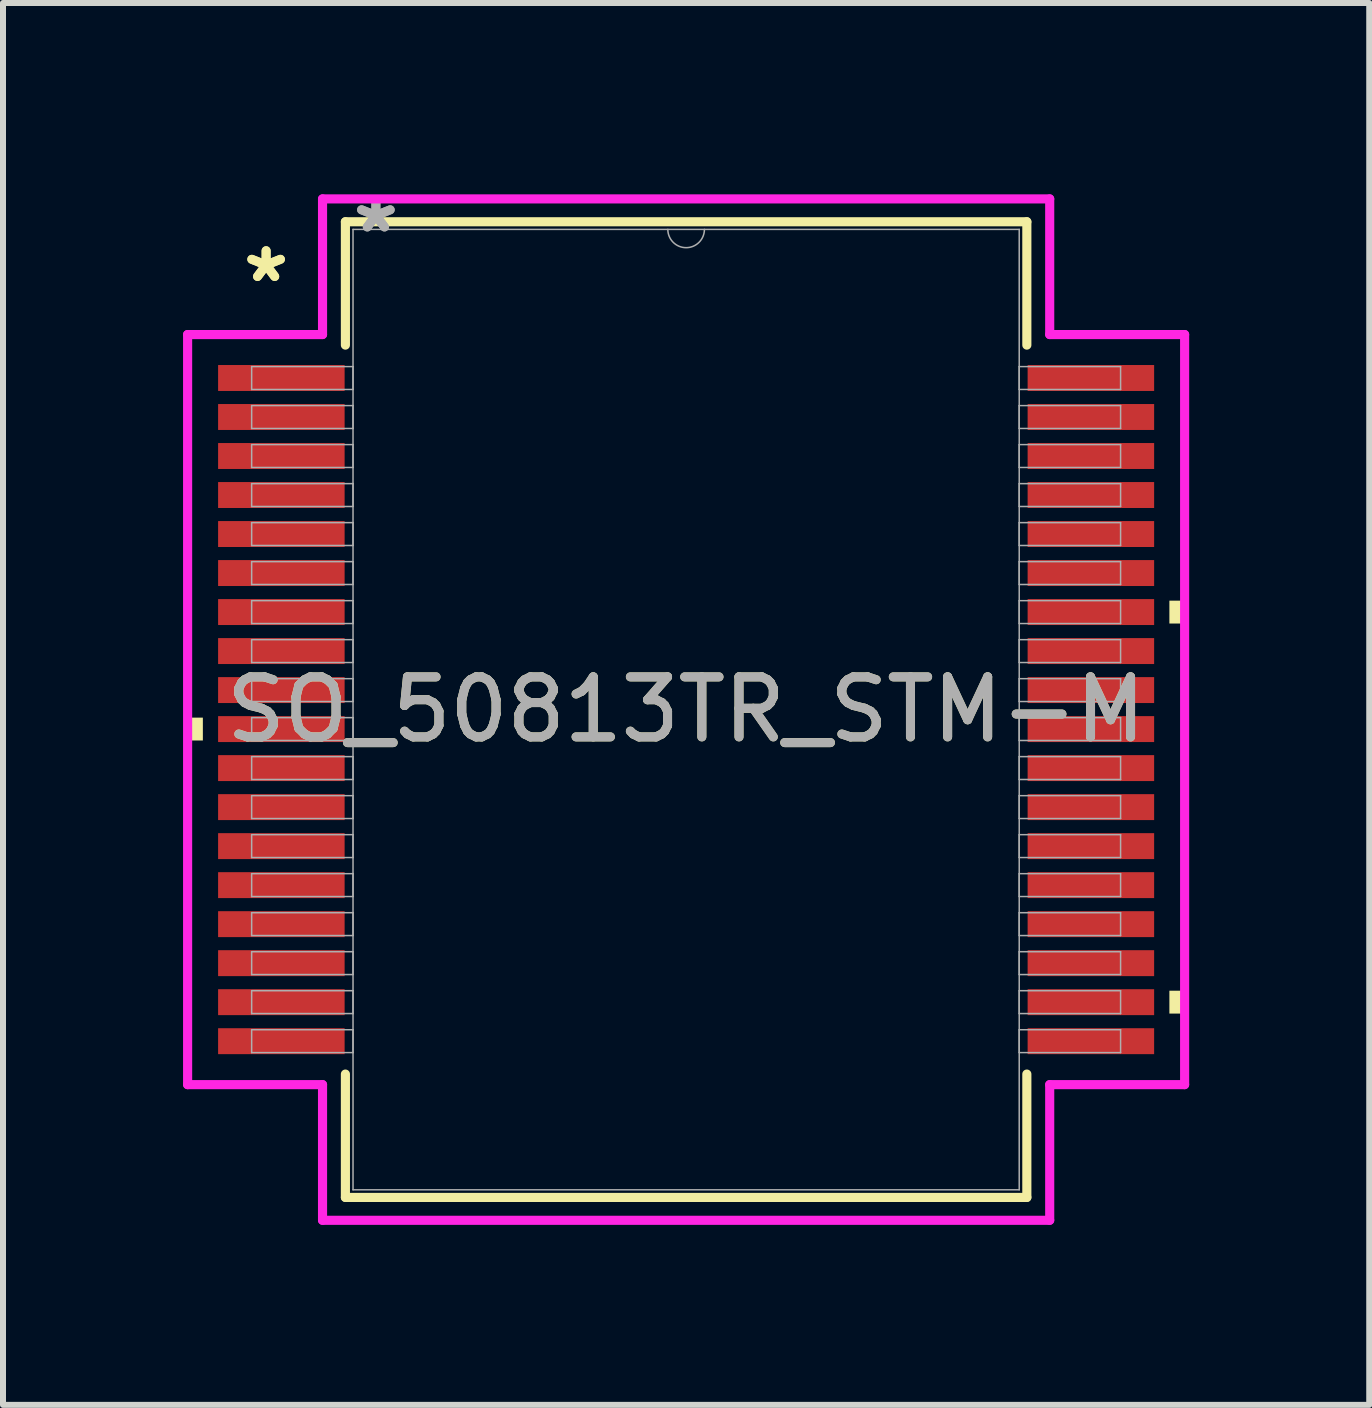
<source format=kicad_pcb>
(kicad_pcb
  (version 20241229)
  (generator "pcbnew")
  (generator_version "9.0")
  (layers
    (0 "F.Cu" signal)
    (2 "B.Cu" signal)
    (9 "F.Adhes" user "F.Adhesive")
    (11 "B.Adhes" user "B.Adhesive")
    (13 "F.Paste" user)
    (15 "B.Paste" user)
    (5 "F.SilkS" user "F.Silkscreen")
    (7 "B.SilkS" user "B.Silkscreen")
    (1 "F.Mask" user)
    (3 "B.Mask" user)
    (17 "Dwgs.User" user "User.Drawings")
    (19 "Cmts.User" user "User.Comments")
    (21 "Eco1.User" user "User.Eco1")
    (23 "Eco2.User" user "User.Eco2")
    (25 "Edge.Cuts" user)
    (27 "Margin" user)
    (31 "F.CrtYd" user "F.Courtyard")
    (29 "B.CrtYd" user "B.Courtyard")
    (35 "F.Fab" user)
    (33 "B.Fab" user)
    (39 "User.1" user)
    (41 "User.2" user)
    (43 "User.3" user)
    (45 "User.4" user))
  (footprint "SO_50813TR_STM-M"
    (layer "F.Cu")
    (at 8.382 8.773)
    (property "Reference" "SO_50813TR_STM-M" (at 0 0 0) (unlocked yes) (layer "F.SilkS") (effects (font (size 1 1) (thickness 0.15))))
    (attr smd)
    (fp_line (start -5.677 -8.128) (end -5.677 -6.073) (stroke (width 0.152) (type solid)) (layer "F.SilkS"))
    (fp_line (start -5.677 6.073) (end -5.677 8.128) (stroke (width 0.152) (type solid)) (layer "F.SilkS"))
    (fp_line (start -5.677 8.128) (end 5.677 8.128) (stroke (width 0.152) (type solid)) (layer "F.SilkS"))
    (fp_line (start 5.677 -8.128) (end -5.677 -8.128) (stroke (width 0.152) (type solid)) (layer "F.SilkS"))
    (fp_line (start 5.677 -6.073) (end 5.677 -8.128) (stroke (width 0.152) (type solid)) (layer "F.SilkS"))
    (fp_line (start 5.677 8.128) (end 5.677 6.073) (stroke (width 0.152) (type solid)) (layer "F.SilkS"))
    (fp_poly (pts (xy -8.306 0.134) (xy -8.306 0.515) (xy -8.052 0.515) (xy -8.052 0.134)) (stroke (width 0) (type solid)) (fill yes) (layer "F.SilkS"))
    (fp_poly (pts (xy 8.306 -1.815) (xy 8.306 -1.434) (xy 8.052 -1.434) (xy 8.052 -1.815)) (stroke (width 0) (type solid)) (fill yes) (layer "F.SilkS"))
    (fp_poly (pts (xy 8.306 4.684) (xy 8.306 5.065) (xy 8.052 5.065) (xy 8.052 4.684)) (stroke (width 0) (type solid)) (fill yes) (layer "F.SilkS"))
    (fp_line (start -8.306 -6.249) (end -6.058 -6.249) (stroke (width 0.152) (type solid)) (layer "F.CrtYd"))
    (fp_line (start -8.306 6.249) (end -8.306 -6.249) (stroke (width 0.152) (type solid)) (layer "F.CrtYd"))
    (fp_line (start -8.306 6.249) (end -6.058 6.249) (stroke (width 0.152) (type solid)) (layer "F.CrtYd"))
    (fp_line (start -6.058 -8.509) (end 6.058 -8.509) (stroke (width 0.152) (type solid)) (layer "F.CrtYd"))
    (fp_line (start -6.058 -6.249) (end -6.058 -8.509) (stroke (width 0.152) (type solid)) (layer "F.CrtYd"))
    (fp_line (start -6.058 8.509) (end -6.058 6.249) (stroke (width 0.152) (type solid)) (layer "F.CrtYd"))
    (fp_line (start 6.058 -8.509) (end 6.058 -6.249) (stroke (width 0.152) (type solid)) (layer "F.CrtYd"))
    (fp_line (start 6.058 6.249) (end 6.058 8.509) (stroke (width 0.152) (type solid)) (layer "F.CrtYd"))
    (fp_line (start 6.058 8.509) (end -6.058 8.509) (stroke (width 0.152) (type solid)) (layer "F.CrtYd"))
    (fp_line (start 8.306 -6.249) (end 6.058 -6.249) (stroke (width 0.152) (type solid)) (layer "F.CrtYd"))
    (fp_line (start 8.306 -6.249) (end 8.306 6.249) (stroke (width 0.152) (type solid)) (layer "F.CrtYd"))
    (fp_line (start 8.306 6.249) (end 6.058 6.249) (stroke (width 0.152) (type solid)) (layer "F.CrtYd"))
    (fp_line (start -7.239 -5.715) (end -7.239 -5.334) (stroke (width 0.025) (type solid)) (layer "F.Fab"))
    (fp_line (start -7.239 -5.334) (end -5.55 -5.334) (stroke (width 0.025) (type solid)) (layer "F.Fab"))
    (fp_line (start -7.239 -5.065) (end -7.239 -4.684) (stroke (width 0.025) (type solid)) (layer "F.Fab"))
    (fp_line (start -7.239 -4.684) (end -5.55 -4.684) (stroke (width 0.025) (type solid)) (layer "F.Fab"))
    (fp_line (start -7.239 -4.415) (end -7.239 -4.034) (stroke (width 0.025) (type solid)) (layer "F.Fab"))
    (fp_line (start -7.239 -4.034) (end -5.55 -4.034) (stroke (width 0.025) (type solid)) (layer "F.Fab"))
    (fp_line (start -7.239 -3.765) (end -7.239 -3.384) (stroke (width 0.025) (type solid)) (layer "F.Fab"))
    (fp_line (start -7.239 -3.384) (end -5.55 -3.384) (stroke (width 0.025) (type solid)) (layer "F.Fab"))
    (fp_line (start -7.239 -3.115) (end -7.239 -2.734) (stroke (width 0.025) (type solid)) (layer "F.Fab"))
    (fp_line (start -7.239 -2.734) (end -5.55 -2.734) (stroke (width 0.025) (type solid)) (layer "F.Fab"))
    (fp_line (start -7.239 -2.465) (end -7.239 -2.084) (stroke (width 0.025) (type solid)) (layer "F.Fab"))
    (fp_line (start -7.239 -2.084) (end -5.55 -2.084) (stroke (width 0.025) (type solid)) (layer "F.Fab"))
    (fp_line (start -7.239 -1.815) (end -7.239 -1.434) (stroke (width 0.025) (type solid)) (layer "F.Fab"))
    (fp_line (start -7.239 -1.434) (end -5.55 -1.434) (stroke (width 0.025) (type solid)) (layer "F.Fab"))
    (fp_line (start -7.239 -1.165) (end -7.239 -0.784) (stroke (width 0.025) (type solid)) (layer "F.Fab"))
    (fp_line (start -7.239 -0.784) (end -5.55 -0.784) (stroke (width 0.025) (type solid)) (layer "F.Fab"))
    (fp_line (start -7.239 -0.515) (end -7.239 -0.134) (stroke (width 0.025) (type solid)) (layer "F.Fab"))
    (fp_line (start -7.239 -0.134) (end -5.55 -0.134) (stroke (width 0.025) (type solid)) (layer "F.Fab"))
    (fp_line (start -7.239 0.134) (end -7.239 0.515) (stroke (width 0.025) (type solid)) (layer "F.Fab"))
    (fp_line (start -7.239 0.515) (end -5.55 0.515) (stroke (width 0.025) (type solid)) (layer "F.Fab"))
    (fp_line (start -7.239 0.784) (end -7.239 1.165) (stroke (width 0.025) (type solid)) (layer "F.Fab"))
    (fp_line (start -7.239 1.165) (end -5.55 1.165) (stroke (width 0.025) (type solid)) (layer "F.Fab"))
    (fp_line (start -7.239 1.434) (end -7.239 1.815) (stroke (width 0.025) (type solid)) (layer "F.Fab"))
    (fp_line (start -7.239 1.815) (end -5.55 1.815) (stroke (width 0.025) (type solid)) (layer "F.Fab"))
    (fp_line (start -7.239 2.084) (end -7.239 2.465) (stroke (width 0.025) (type solid)) (layer "F.Fab"))
    (fp_line (start -7.239 2.465) (end -5.55 2.465) (stroke (width 0.025) (type solid)) (layer "F.Fab"))
    (fp_line (start -7.239 2.734) (end -7.239 3.115) (stroke (width 0.025) (type solid)) (layer "F.Fab"))
    (fp_line (start -7.239 3.115) (end -5.55 3.115) (stroke (width 0.025) (type solid)) (layer "F.Fab"))
    (fp_line (start -7.239 3.384) (end -7.239 3.765) (stroke (width 0.025) (type solid)) (layer "F.Fab"))
    (fp_line (start -7.239 3.765) (end -5.55 3.765) (stroke (width 0.025) (type solid)) (layer "F.Fab"))
    (fp_line (start -7.239 4.034) (end -7.239 4.415) (stroke (width 0.025) (type solid)) (layer "F.Fab"))
    (fp_line (start -7.239 4.415) (end -5.55 4.415) (stroke (width 0.025) (type solid)) (layer "F.Fab"))
    (fp_line (start -7.239 4.684) (end -7.239 5.065) (stroke (width 0.025) (type solid)) (layer "F.Fab"))
    (fp_line (start -7.239 5.065) (end -5.55 5.065) (stroke (width 0.025) (type solid)) (layer "F.Fab"))
    (fp_line (start -7.239 5.334) (end -7.239 5.715) (stroke (width 0.025) (type solid)) (layer "F.Fab"))
    (fp_line (start -7.239 5.715) (end -5.55 5.715) (stroke (width 0.025) (type solid)) (layer "F.Fab"))
    (fp_line (start -5.55 -8.001) (end -5.55 8.001) (stroke (width 0.025) (type solid)) (layer "F.Fab"))
    (fp_line (start -5.55 -5.715) (end -7.239 -5.715) (stroke (width 0.025) (type solid)) (layer "F.Fab"))
    (fp_line (start -5.55 -5.334) (end -5.55 -5.715) (stroke (width 0.025) (type solid)) (layer "F.Fab"))
    (fp_line (start -5.55 -5.065) (end -7.239 -5.065) (stroke (width 0.025) (type solid)) (layer "F.Fab"))
    (fp_line (start -5.55 -4.684) (end -5.55 -5.065) (stroke (width 0.025) (type solid)) (layer "F.Fab"))
    (fp_line (start -5.55 -4.415) (end -7.239 -4.415) (stroke (width 0.025) (type solid)) (layer "F.Fab"))
    (fp_line (start -5.55 -4.034) (end -5.55 -4.415) (stroke (width 0.025) (type solid)) (layer "F.Fab"))
    (fp_line (start -5.55 -3.765) (end -7.239 -3.765) (stroke (width 0.025) (type solid)) (layer "F.Fab"))
    (fp_line (start -5.55 -3.384) (end -5.55 -3.765) (stroke (width 0.025) (type solid)) (layer "F.Fab"))
    (fp_line (start -5.55 -3.115) (end -7.239 -3.115) (stroke (width 0.025) (type solid)) (layer "F.Fab"))
    (fp_line (start -5.55 -2.734) (end -5.55 -3.115) (stroke (width 0.025) (type solid)) (layer "F.Fab"))
    (fp_line (start -5.55 -2.465) (end -7.239 -2.465) (stroke (width 0.025) (type solid)) (layer "F.Fab"))
    (fp_line (start -5.55 -2.084) (end -5.55 -2.465) (stroke (width 0.025) (type solid)) (layer "F.Fab"))
    (fp_line (start -5.55 -1.815) (end -7.239 -1.815) (stroke (width 0.025) (type solid)) (layer "F.Fab"))
    (fp_line (start -5.55 -1.434) (end -5.55 -1.815) (stroke (width 0.025) (type solid)) (layer "F.Fab"))
    (fp_line (start -5.55 -1.165) (end -7.239 -1.165) (stroke (width 0.025) (type solid)) (layer "F.Fab"))
    (fp_line (start -5.55 -0.784) (end -5.55 -1.165) (stroke (width 0.025) (type solid)) (layer "F.Fab"))
    (fp_line (start -5.55 -0.515) (end -7.239 -0.515) (stroke (width 0.025) (type solid)) (layer "F.Fab"))
    (fp_line (start -5.55 -0.134) (end -5.55 -0.515) (stroke (width 0.025) (type solid)) (layer "F.Fab"))
    (fp_line (start -5.55 0.134) (end -7.239 0.134) (stroke (width 0.025) (type solid)) (layer "F.Fab"))
    (fp_line (start -5.55 0.515) (end -5.55 0.134) (stroke (width 0.025) (type solid)) (layer "F.Fab"))
    (fp_line (start -5.55 0.784) (end -7.239 0.784) (stroke (width 0.025) (type solid)) (layer "F.Fab"))
    (fp_line (start -5.55 1.165) (end -5.55 0.784) (stroke (width 0.025) (type solid)) (layer "F.Fab"))
    (fp_line (start -5.55 1.434) (end -7.239 1.434) (stroke (width 0.025) (type solid)) (layer "F.Fab"))
    (fp_line (start -5.55 1.815) (end -5.55 1.434) (stroke (width 0.025) (type solid)) (layer "F.Fab"))
    (fp_line (start -5.55 2.084) (end -7.239 2.084) (stroke (width 0.025) (type solid)) (layer "F.Fab"))
    (fp_line (start -5.55 2.465) (end -5.55 2.084) (stroke (width 0.025) (type solid)) (layer "F.Fab"))
    (fp_line (start -5.55 2.734) (end -7.239 2.734) (stroke (width 0.025) (type solid)) (layer "F.Fab"))
    (fp_line (start -5.55 3.115) (end -5.55 2.734) (stroke (width 0.025) (type solid)) (layer "F.Fab"))
    (fp_line (start -5.55 3.384) (end -7.239 3.384) (stroke (width 0.025) (type solid)) (layer "F.Fab"))
    (fp_line (start -5.55 3.765) (end -5.55 3.384) (stroke (width 0.025) (type solid)) (layer "F.Fab"))
    (fp_line (start -5.55 4.034) (end -7.239 4.034) (stroke (width 0.025) (type solid)) (layer "F.Fab"))
    (fp_line (start -5.55 4.415) (end -5.55 4.034) (stroke (width 0.025) (type solid)) (layer "F.Fab"))
    (fp_line (start -5.55 4.684) (end -7.239 4.684) (stroke (width 0.025) (type solid)) (layer "F.Fab"))
    (fp_line (start -5.55 5.065) (end -5.55 4.684) (stroke (width 0.025) (type solid)) (layer "F.Fab"))
    (fp_line (start -5.55 5.334) (end -7.239 5.334) (stroke (width 0.025) (type solid)) (layer "F.Fab"))
    (fp_line (start -5.55 5.715) (end -5.55 5.334) (stroke (width 0.025) (type solid)) (layer "F.Fab"))
    (fp_line (start -5.55 8.001) (end 5.55 8.001) (stroke (width 0.025) (type solid)) (layer "F.Fab"))
    (fp_line (start 5.55 -8.001) (end -5.55 -8.001) (stroke (width 0.025) (type solid)) (layer "F.Fab"))
    (fp_line (start 5.55 -5.715) (end 5.55 -5.334) (stroke (width 0.025) (type solid)) (layer "F.Fab"))
    (fp_line (start 5.55 -5.334) (end 7.239 -5.334) (stroke (width 0.025) (type solid)) (layer "F.Fab"))
    (fp_line (start 5.55 -5.065) (end 5.55 -4.684) (stroke (width 0.025) (type solid)) (layer "F.Fab"))
    (fp_line (start 5.55 -4.684) (end 7.239 -4.684) (stroke (width 0.025) (type solid)) (layer "F.Fab"))
    (fp_line (start 5.55 -4.415) (end 5.55 -4.034) (stroke (width 0.025) (type solid)) (layer "F.Fab"))
    (fp_line (start 5.55 -4.034) (end 7.239 -4.034) (stroke (width 0.025) (type solid)) (layer "F.Fab"))
    (fp_line (start 5.55 -3.765) (end 5.55 -3.384) (stroke (width 0.025) (type solid)) (layer "F.Fab"))
    (fp_line (start 5.55 -3.384) (end 7.239 -3.384) (stroke (width 0.025) (type solid)) (layer "F.Fab"))
    (fp_line (start 5.55 -3.115) (end 5.55 -2.734) (stroke (width 0.025) (type solid)) (layer "F.Fab"))
    (fp_line (start 5.55 -2.734) (end 7.239 -2.734) (stroke (width 0.025) (type solid)) (layer "F.Fab"))
    (fp_line (start 5.55 -2.465) (end 5.55 -2.084) (stroke (width 0.025) (type solid)) (layer "F.Fab"))
    (fp_line (start 5.55 -2.084) (end 7.239 -2.084) (stroke (width 0.025) (type solid)) (layer "F.Fab"))
    (fp_line (start 5.55 -1.815) (end 5.55 -1.434) (stroke (width 0.025) (type solid)) (layer "F.Fab"))
    (fp_line (start 5.55 -1.434) (end 7.239 -1.434) (stroke (width 0.025) (type solid)) (layer "F.Fab"))
    (fp_line (start 5.55 -1.165) (end 5.55 -0.784) (stroke (width 0.025) (type solid)) (layer "F.Fab"))
    (fp_line (start 5.55 -0.784) (end 7.239 -0.784) (stroke (width 0.025) (type solid)) (layer "F.Fab"))
    (fp_line (start 5.55 -0.515) (end 5.55 -0.134) (stroke (width 0.025) (type solid)) (layer "F.Fab"))
    (fp_line (start 5.55 -0.134) (end 7.239 -0.134) (stroke (width 0.025) (type solid)) (layer "F.Fab"))
    (fp_line (start 5.55 0.134) (end 5.55 0.515) (stroke (width 0.025) (type solid)) (layer "F.Fab"))
    (fp_line (start 5.55 0.515) (end 7.239 0.515) (stroke (width 0.025) (type solid)) (layer "F.Fab"))
    (fp_line (start 5.55 0.784) (end 5.55 1.165) (stroke (width 0.025) (type solid)) (layer "F.Fab"))
    (fp_line (start 5.55 1.165) (end 7.239 1.165) (stroke (width 0.025) (type solid)) (layer "F.Fab"))
    (fp_line (start 5.55 1.434) (end 5.55 1.815) (stroke (width 0.025) (type solid)) (layer "F.Fab"))
    (fp_line (start 5.55 1.815) (end 7.239 1.815) (stroke (width 0.025) (type solid)) (layer "F.Fab"))
    (fp_line (start 5.55 2.084) (end 5.55 2.465) (stroke (width 0.025) (type solid)) (layer "F.Fab"))
    (fp_line (start 5.55 2.465) (end 7.239 2.465) (stroke (width 0.025) (type solid)) (layer "F.Fab"))
    (fp_line (start 5.55 2.734) (end 5.55 3.115) (stroke (width 0.025) (type solid)) (layer "F.Fab"))
    (fp_line (start 5.55 3.115) (end 7.239 3.115) (stroke (width 0.025) (type solid)) (layer "F.Fab"))
    (fp_line (start 5.55 3.384) (end 5.55 3.765) (stroke (width 0.025) (type solid)) (layer "F.Fab"))
    (fp_line (start 5.55 3.765) (end 7.239 3.765) (stroke (width 0.025) (type solid)) (layer "F.Fab"))
    (fp_line (start 5.55 4.034) (end 5.55 4.415) (stroke (width 0.025) (type solid)) (layer "F.Fab"))
    (fp_line (start 5.55 4.415) (end 7.239 4.415) (stroke (width 0.025) (type solid)) (layer "F.Fab"))
    (fp_line (start 5.55 4.684) (end 5.55 5.065) (stroke (width 0.025) (type solid)) (layer "F.Fab"))
    (fp_line (start 5.55 5.065) (end 7.239 5.065) (stroke (width 0.025) (type solid)) (layer "F.Fab"))
    (fp_line (start 5.55 5.334) (end 5.55 5.715) (stroke (width 0.025) (type solid)) (layer "F.Fab"))
    (fp_line (start 5.55 5.715) (end 7.239 5.715) (stroke (width 0.025) (type solid)) (layer "F.Fab"))
    (fp_line (start 5.55 8.001) (end 5.55 -8.001) (stroke (width 0.025) (type solid)) (layer "F.Fab"))
    (fp_line (start 7.239 -5.715) (end 5.55 -5.715) (stroke (width 0.025) (type solid)) (layer "F.Fab"))
    (fp_line (start 7.239 -5.334) (end 7.239 -5.715) (stroke (width 0.025) (type solid)) (layer "F.Fab"))
    (fp_line (start 7.239 -5.065) (end 5.55 -5.065) (stroke (width 0.025) (type solid)) (layer "F.Fab"))
    (fp_line (start 7.239 -4.684) (end 7.239 -5.065) (stroke (width 0.025) (type solid)) (layer "F.Fab"))
    (fp_line (start 7.239 -4.415) (end 5.55 -4.415) (stroke (width 0.025) (type solid)) (layer "F.Fab"))
    (fp_line (start 7.239 -4.034) (end 7.239 -4.415) (stroke (width 0.025) (type solid)) (layer "F.Fab"))
    (fp_line (start 7.239 -3.765) (end 5.55 -3.765) (stroke (width 0.025) (type solid)) (layer "F.Fab"))
    (fp_line (start 7.239 -3.384) (end 7.239 -3.765) (stroke (width 0.025) (type solid)) (layer "F.Fab"))
    (fp_line (start 7.239 -3.115) (end 5.55 -3.115) (stroke (width 0.025) (type solid)) (layer "F.Fab"))
    (fp_line (start 7.239 -2.734) (end 7.239 -3.115) (stroke (width 0.025) (type solid)) (layer "F.Fab"))
    (fp_line (start 7.239 -2.465) (end 5.55 -2.465) (stroke (width 0.025) (type solid)) (layer "F.Fab"))
    (fp_line (start 7.239 -2.084) (end 7.239 -2.465) (stroke (width 0.025) (type solid)) (layer "F.Fab"))
    (fp_line (start 7.239 -1.815) (end 5.55 -1.815) (stroke (width 0.025) (type solid)) (layer "F.Fab"))
    (fp_line (start 7.239 -1.434) (end 7.239 -1.815) (stroke (width 0.025) (type solid)) (layer "F.Fab"))
    (fp_line (start 7.239 -1.165) (end 5.55 -1.165) (stroke (width 0.025) (type solid)) (layer "F.Fab"))
    (fp_line (start 7.239 -0.784) (end 7.239 -1.165) (stroke (width 0.025) (type solid)) (layer "F.Fab"))
    (fp_line (start 7.239 -0.515) (end 5.55 -0.515) (stroke (width 0.025) (type solid)) (layer "F.Fab"))
    (fp_line (start 7.239 -0.134) (end 7.239 -0.515) (stroke (width 0.025) (type solid)) (layer "F.Fab"))
    (fp_line (start 7.239 0.134) (end 5.55 0.134) (stroke (width 0.025) (type solid)) (layer "F.Fab"))
    (fp_line (start 7.239 0.515) (end 7.239 0.134) (stroke (width 0.025) (type solid)) (layer "F.Fab"))
    (fp_line (start 7.239 0.784) (end 5.55 0.784) (stroke (width 0.025) (type solid)) (layer "F.Fab"))
    (fp_line (start 7.239 1.165) (end 7.239 0.784) (stroke (width 0.025) (type solid)) (layer "F.Fab"))
    (fp_line (start 7.239 1.434) (end 5.55 1.434) (stroke (width 0.025) (type solid)) (layer "F.Fab"))
    (fp_line (start 7.239 1.815) (end 7.239 1.434) (stroke (width 0.025) (type solid)) (layer "F.Fab"))
    (fp_line (start 7.239 2.084) (end 5.55 2.084) (stroke (width 0.025) (type solid)) (layer "F.Fab"))
    (fp_line (start 7.239 2.465) (end 7.239 2.084) (stroke (width 0.025) (type solid)) (layer "F.Fab"))
    (fp_line (start 7.239 2.734) (end 5.55 2.734) (stroke (width 0.025) (type solid)) (layer "F.Fab"))
    (fp_line (start 7.239 3.115) (end 7.239 2.734) (stroke (width 0.025) (type solid)) (layer "F.Fab"))
    (fp_line (start 7.239 3.384) (end 5.55 3.384) (stroke (width 0.025) (type solid)) (layer "F.Fab"))
    (fp_line (start 7.239 3.765) (end 7.239 3.384) (stroke (width 0.025) (type solid)) (layer "F.Fab"))
    (fp_line (start 7.239 4.034) (end 5.55 4.034) (stroke (width 0.025) (type solid)) (layer "F.Fab"))
    (fp_line (start 7.239 4.415) (end 7.239 4.034) (stroke (width 0.025) (type solid)) (layer "F.Fab"))
    (fp_line (start 7.239 4.684) (end 5.55 4.684) (stroke (width 0.025) (type solid)) (layer "F.Fab"))
    (fp_line (start 7.239 5.065) (end 7.239 4.684) (stroke (width 0.025) (type solid)) (layer "F.Fab"))
    (fp_line (start 7.239 5.334) (end 5.55 5.334) (stroke (width 0.025) (type solid)) (layer "F.Fab"))
    (fp_line (start 7.239 5.715) (end 7.239 5.334) (stroke (width 0.025) (type solid)) (layer "F.Fab"))
    (fp_arc (start 0.3048 -8.001) (mid 0 -7.6962) (end -0.3048 -8.001) (stroke (width 0.0254) (type solid)) (layer "F.Fab"))
    (fp_text user "*" (at -6.998 -7.1 0) (unlocked yes) (layer "F.SilkS") (effects (font (size 1 1) (thickness 0.15))))
    (fp_text user "*" (at -6.998 -7.1 0) (layer "F.SilkS") (effects (font (size 1 1) (thickness 0.15))))
    (fp_text user "${REFERENCE}" (at 0 0 0) (unlocked yes) (layer "F.Fab") (effects (font (size 1 1) (thickness 0.15))))
    (fp_text user "*" (at -5.169 -7.925 0) (layer "F.Fab") (effects (font (size 1 1) (thickness 0.15))))
    (fp_text user "*" (at -5.169 -7.925 0) (unlocked yes) (layer "F.Fab") (effects (font (size 1 1) (thickness 0.15))))
    (pad "1" smd rect (at -6.744 -5.525) (size 2.108 0.432) (layers "F.Cu" "F.Mask" "F.Paste"))
    (pad "2" smd rect (at -6.744 -4.875) (size 2.108 0.432) (layers "F.Cu" "F.Mask" "F.Paste"))
    (pad "3" smd rect (at -6.744 -4.225) (size 2.108 0.432) (layers "F.Cu" "F.Mask" "F.Paste"))
    (pad "4" smd rect (at -6.744 -3.575) (size 2.108 0.432) (layers "F.Cu" "F.Mask" "F.Paste"))
    (pad "5" smd rect (at -6.744 -2.925) (size 2.108 0.432) (layers "F.Cu" "F.Mask" "F.Paste"))
    (pad "6" smd rect (at -6.744 -2.275) (size 2.108 0.432) (layers "F.Cu" "F.Mask" "F.Paste"))
    (pad "7" smd rect (at -6.744 -1.625) (size 2.108 0.432) (layers "F.Cu" "F.Mask" "F.Paste"))
    (pad "8" smd rect (at -6.744 -0.975) (size 2.108 0.432) (layers "F.Cu" "F.Mask" "F.Paste"))
    (pad "9" smd rect (at -6.744 -0.325) (size 2.108 0.432) (layers "F.Cu" "F.Mask" "F.Paste"))
    (pad "10" smd rect (at -6.744 0.325) (size 2.108 0.432) (layers "F.Cu" "F.Mask" "F.Paste"))
    (pad "11" smd rect (at -6.744 0.975) (size 2.108 0.432) (layers "F.Cu" "F.Mask" "F.Paste"))
    (pad "12" smd rect (at -6.744 1.625) (size 2.108 0.432) (layers "F.Cu" "F.Mask" "F.Paste"))
    (pad "13" smd rect (at -6.744 2.275) (size 2.108 0.432) (layers "F.Cu" "F.Mask" "F.Paste"))
    (pad "14" smd rect (at -6.744 2.925) (size 2.108 0.432) (layers "F.Cu" "F.Mask" "F.Paste"))
    (pad "15" smd rect (at -6.744 3.575) (size 2.108 0.432) (layers "F.Cu" "F.Mask" "F.Paste"))
    (pad "16" smd rect (at -6.744 4.225) (size 2.108 0.432) (layers "F.Cu" "F.Mask" "F.Paste"))
    (pad "17" smd rect (at -6.744 4.875) (size 2.108 0.432) (layers "F.Cu" "F.Mask" "F.Paste"))
    (pad "18" smd rect (at -6.744 5.525) (size 2.108 0.432) (layers "F.Cu" "F.Mask" "F.Paste"))
    (pad "19" smd rect (at 6.744 5.525) (size 2.108 0.432) (layers "F.Cu" "F.Mask" "F.Paste"))
    (pad "20" smd rect (at 6.744 4.875) (size 2.108 0.432) (layers "F.Cu" "F.Mask" "F.Paste"))
    (pad "21" smd rect (at 6.744 4.225) (size 2.108 0.432) (layers "F.Cu" "F.Mask" "F.Paste"))
    (pad "22" smd rect (at 6.744 3.575) (size 2.108 0.432) (layers "F.Cu" "F.Mask" "F.Paste"))
    (pad "23" smd rect (at 6.744 2.925) (size 2.108 0.432) (layers "F.Cu" "F.Mask" "F.Paste"))
    (pad "24" smd rect (at 6.744 2.275) (size 2.108 0.432) (layers "F.Cu" "F.Mask" "F.Paste"))
    (pad "25" smd rect (at 6.744 1.625) (size 2.108 0.432) (layers "F.Cu" "F.Mask" "F.Paste"))
    (pad "26" smd rect (at 6.744 0.975) (size 2.108 0.432) (layers "F.Cu" "F.Mask" "F.Paste"))
    (pad "27" smd rect (at 6.744 0.325) (size 2.108 0.432) (layers "F.Cu" "F.Mask" "F.Paste"))
    (pad "28" smd rect (at 6.744 -0.325) (size 2.108 0.432) (layers "F.Cu" "F.Mask" "F.Paste"))
    (pad "29" smd rect (at 6.744 -0.975) (size 2.108 0.432) (layers "F.Cu" "F.Mask" "F.Paste"))
    (pad "30" smd rect (at 6.744 -1.625) (size 2.108 0.432) (layers "F.Cu" "F.Mask" "F.Paste"))
    (pad "31" smd rect (at 6.744 -2.275) (size 2.108 0.432) (layers "F.Cu" "F.Mask" "F.Paste"))
    (pad "32" smd rect (at 6.744 -2.925) (size 2.108 0.432) (layers "F.Cu" "F.Mask" "F.Paste"))
    (pad "33" smd rect (at 6.744 -3.575) (size 2.108 0.432) (layers "F.Cu" "F.Mask" "F.Paste"))
    (pad "34" smd rect (at 6.744 -4.225) (size 2.108 0.432) (layers "F.Cu" "F.Mask" "F.Paste"))
    (pad "35" smd rect (at 6.744 -4.875) (size 2.108 0.432) (layers "F.Cu" "F.Mask" "F.Paste"))
    (pad "36" smd rect (at 6.744 -5.525) (size 2.108 0.432) (layers "F.Cu" "F.Mask" "F.Paste")))
  (gr_rect
    (start -3 -3)
    (end 19.764 20.358)
    (stroke (width 0.1) (type default))
    (fill no)
    (layer "Edge.Cuts")))
</source>
